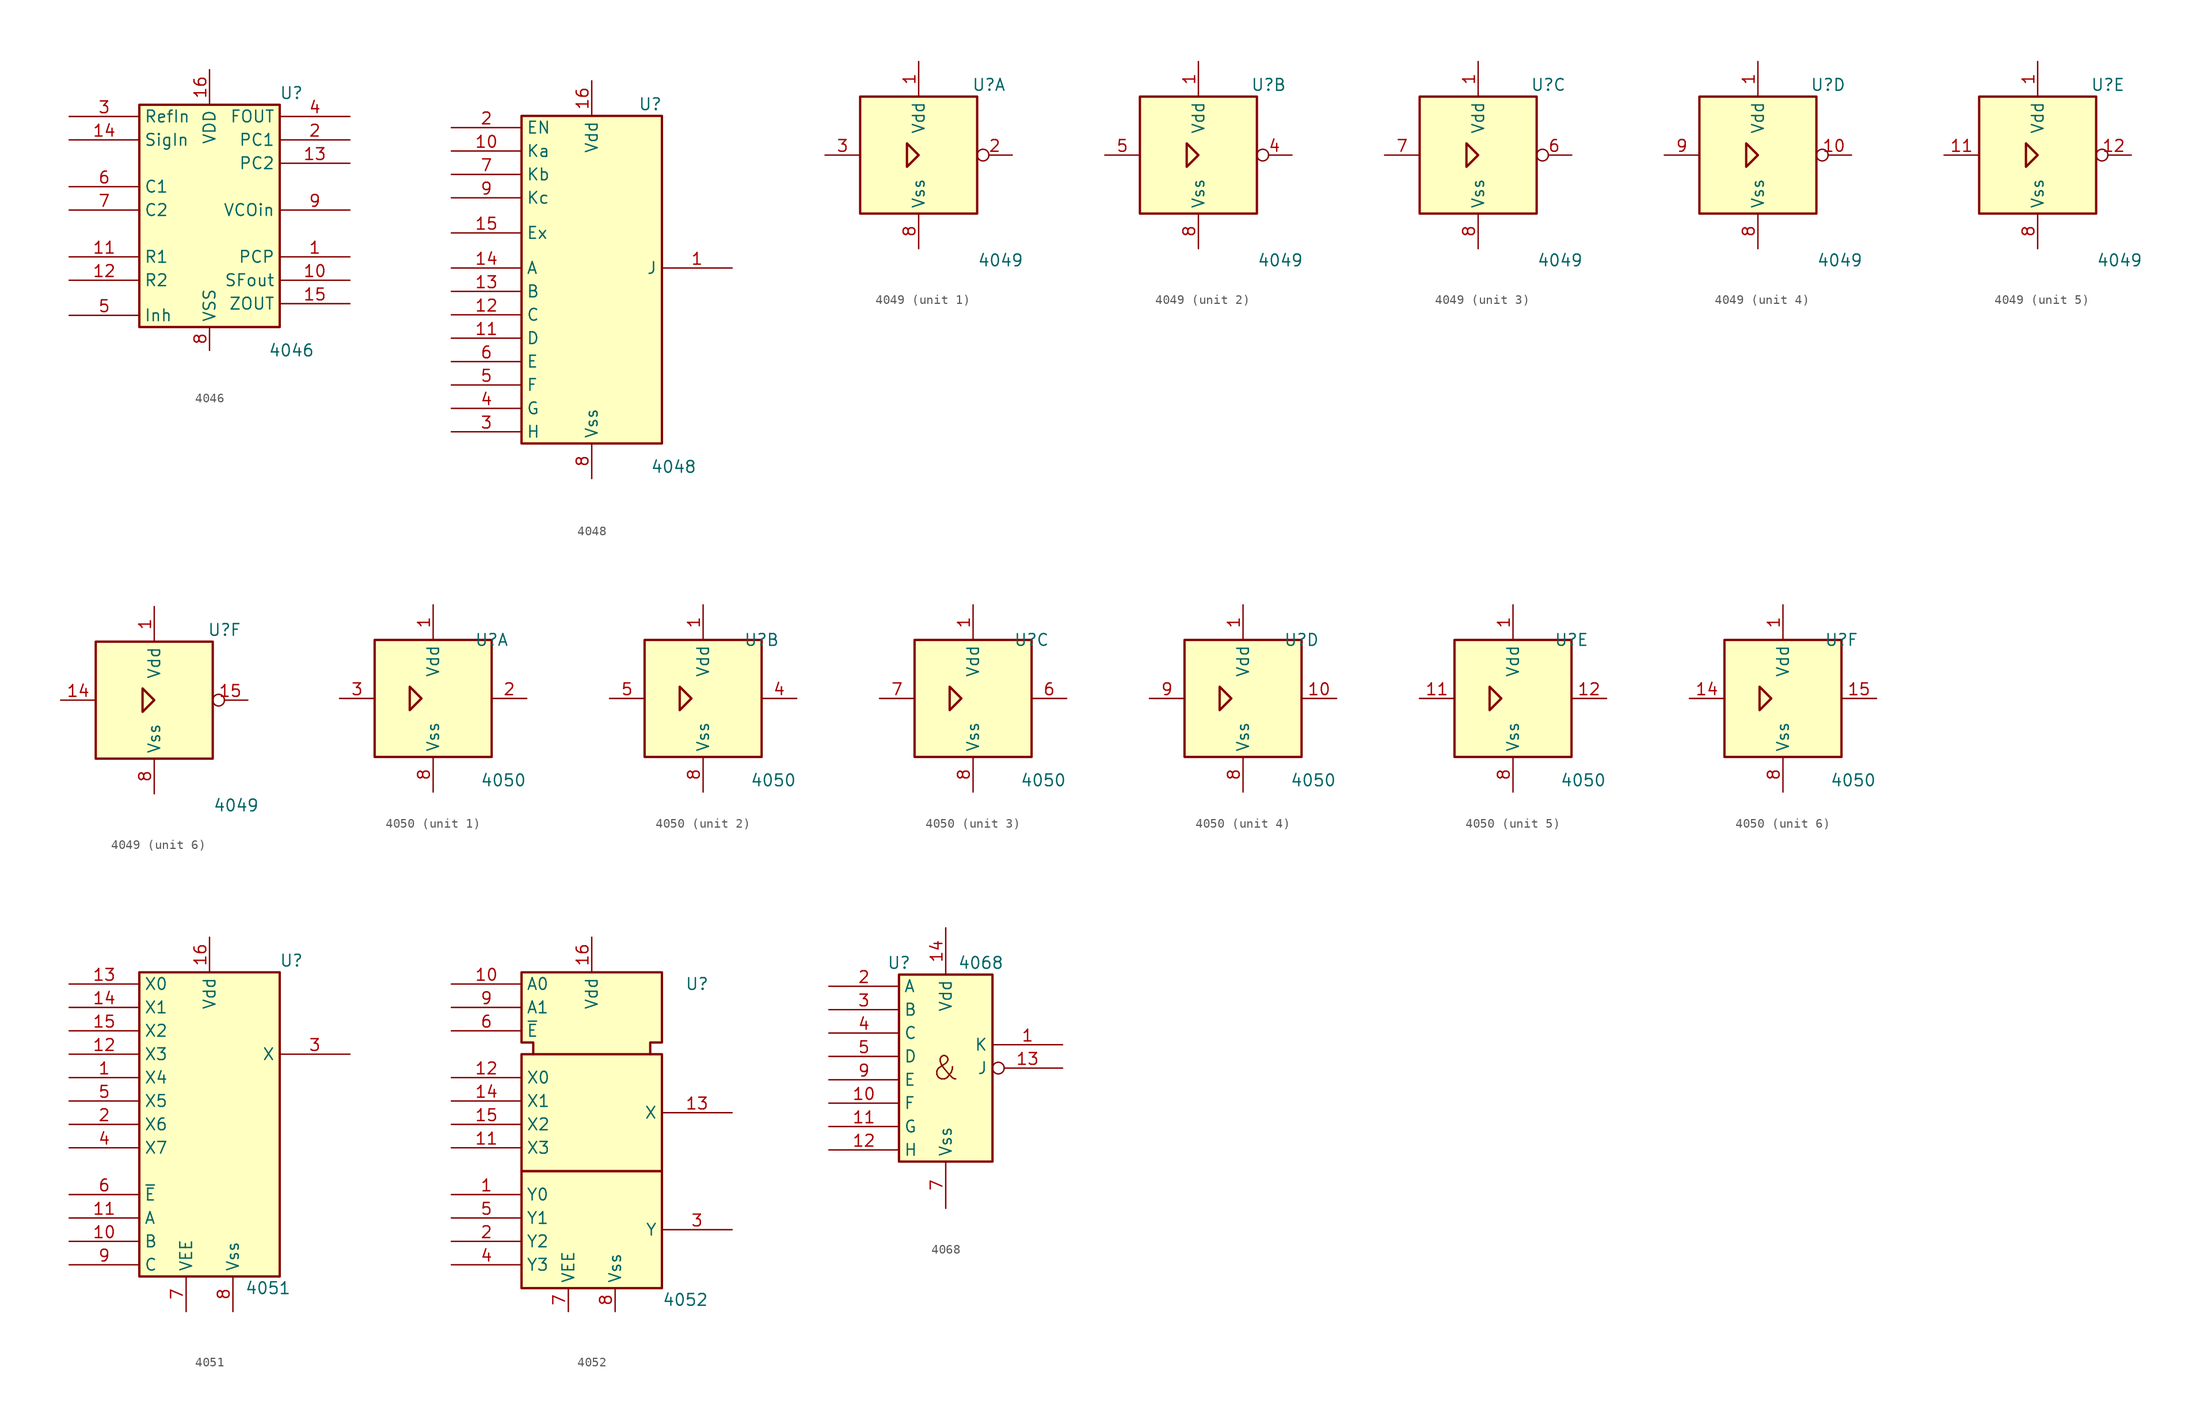
<source format=kicad_sym>
(kicad_symbol_lib
  (version 20220914)
  (generator kicad_symbol_editor)
  (symbol "4046"
    (property "Reference" "U"
      (at 8.89 12.7 0)
      (effects (font (size 1.27 1.27))))
    (property "Value" "4046"
      (at 8.89 -15.24 0)
      (effects (font (size 1.27 1.27))))
    (symbol "4046_0_1"
      (rectangle (start -7.62 11.43) (end 7.62 -12.7) (stroke (width 0.254) (type default)) (fill (type background)))
      (pin power_in line (at 0 15.24 270) (length 3.81) (name "VDD" (effects (font (size 1.27 1.27)))) (number "16" (effects (font (size 1.27 1.27)))))
      (pin power_in line (at 0 -15.24 90) (length 2.54) (name "VSS" (effects (font (size 1.27 1.27)))) (number "8" (effects (font (size 1.27 1.27))))))
    (symbol "4046_1_1"
      (pin output line (at 15.24 -5.08 180) (length 7.62) (name "PCP" (effects (font (size 1.27 1.27)))) (number "1" (effects (font (size 1.27 1.27)))))
      (pin output line (at 15.24 -7.62 180) (length 7.62) (name "SFout" (effects (font (size 1.27 1.27)))) (number "10" (effects (font (size 1.27 1.27)))))
      (pin input line (at -15.24 -5.08 0) (length 7.62) (name "R1" (effects (font (size 1.27 1.27)))) (number "11" (effects (font (size 1.27 1.27)))))
      (pin input line (at -15.24 -7.62 0) (length 7.62) (name "R2" (effects (font (size 1.27 1.27)))) (number "12" (effects (font (size 1.27 1.27)))))
      (pin tri_state line (at 15.24 5.08 180) (length 7.62) (name "PC2" (effects (font (size 1.27 1.27)))) (number "13" (effects (font (size 1.27 1.27)))))
      (pin input line (at -15.24 7.62 0) (length 7.62) (name "SigIn" (effects (font (size 1.27 1.27)))) (number "14" (effects (font (size 1.27 1.27)))))
      (pin output line (at 15.24 -10.16 180) (length 7.62) (name "ZOUT" (effects (font (size 1.27 1.27)))) (number "15" (effects (font (size 1.27 1.27)))))
      (pin output line (at 15.24 7.62 180) (length 7.62) (name "PC1" (effects (font (size 1.27 1.27)))) (number "2" (effects (font (size 1.27 1.27)))))
      (pin input line (at -15.24 10.16 0) (length 7.62) (name "RefIn" (effects (font (size 1.27 1.27)))) (number "3" (effects (font (size 1.27 1.27)))))
      (pin output line (at 15.24 10.16 180) (length 7.62) (name "FOUT" (effects (font (size 1.27 1.27)))) (number "4" (effects (font (size 1.27 1.27)))))
      (pin input line (at -15.24 -11.43 0) (length 7.62) (name "Inh" (effects (font (size 1.27 1.27)))) (number "5" (effects (font (size 1.27 1.27)))))
      (pin input line (at -15.24 2.54 0) (length 7.62) (name "C1" (effects (font (size 1.27 1.27)))) (number "6" (effects (font (size 1.27 1.27)))))
      (pin input line (at -15.24 0 0) (length 7.62) (name "C2" (effects (font (size 1.27 1.27)))) (number "7" (effects (font (size 1.27 1.27)))))
      (pin input line (at 15.24 0 180) (length 7.62) (name "VCOin" (effects (font (size 1.27 1.27)))) (number "9" (effects (font (size 1.27 1.27)))))))
  (symbol "4048"
    (property "Reference" "U"
      (at 6.35 17.78 0)
      (effects (font (size 1.27 1.27))))
    (property "Value" "4048"
      (at 8.89 -21.59 0)
      (effects (font (size 1.27 1.27))))
    (symbol "4048_0_1"
      (rectangle (start -7.62 16.51) (end 7.62 -19.05) (stroke (width 0.254) (type default)) (fill (type background))))
    (symbol "4048_1_1"
      (pin output line (at 15.24 0 180) (length 7.62) (name "J" (effects (font (size 1.27 1.27)))) (number "1" (effects (font (size 1.27 1.27)))))
      (pin input line (at -15.24 12.7 0) (length 7.62) (name "Ka" (effects (font (size 1.27 1.27)))) (number "10" (effects (font (size 1.27 1.27)))))
      (pin input line (at -15.24 -7.62 0) (length 7.62) (name "D" (effects (font (size 1.27 1.27)))) (number "11" (effects (font (size 1.27 1.27)))))
      (pin input line (at -15.24 -5.08 0) (length 7.62) (name "C" (effects (font (size 1.27 1.27)))) (number "12" (effects (font (size 1.27 1.27)))))
      (pin input line (at -15.24 -2.54 0) (length 7.62) (name "B" (effects (font (size 1.27 1.27)))) (number "13" (effects (font (size 1.27 1.27)))))
      (pin input line (at -15.24 0 0) (length 7.62) (name "A" (effects (font (size 1.27 1.27)))) (number "14" (effects (font (size 1.27 1.27)))))
      (pin input line (at -15.24 3.81 0) (length 7.62) (name "Ex" (effects (font (size 1.27 1.27)))) (number "15" (effects (font (size 1.27 1.27)))))
      (pin power_in line (at 0 20.32 270) (length 3.81) (name "Vdd" (effects (font (size 1.27 1.27)))) (number "16" (effects (font (size 1.27 1.27)))))
      (pin input line (at -15.24 15.24 0) (length 7.62) (name "EN" (effects (font (size 1.27 1.27)))) (number "2" (effects (font (size 1.27 1.27)))))
      (pin input line (at -15.24 -17.78 0) (length 7.62) (name "H" (effects (font (size 1.27 1.27)))) (number "3" (effects (font (size 1.27 1.27)))))
      (pin input line (at -15.24 -15.24 0) (length 7.62) (name "G" (effects (font (size 1.27 1.27)))) (number "4" (effects (font (size 1.27 1.27)))))
      (pin input line (at -15.24 -12.7 0) (length 7.62) (name "F" (effects (font (size 1.27 1.27)))) (number "5" (effects (font (size 1.27 1.27)))))
      (pin input line (at -15.24 -10.16 0) (length 7.62) (name "E" (effects (font (size 1.27 1.27)))) (number "6" (effects (font (size 1.27 1.27)))))
      (pin input line (at -15.24 10.16 0) (length 7.62) (name "Kb" (effects (font (size 1.27 1.27)))) (number "7" (effects (font (size 1.27 1.27)))))
      (pin power_in line (at 0 -22.86 90) (length 3.81) (name "Vss" (effects (font (size 1.27 1.27)))) (number "8" (effects (font (size 1.27 1.27)))))
      (pin input line (at -15.24 7.62 0) (length 7.62) (name "Kc" (effects (font (size 1.27 1.27)))) (number "9" (effects (font (size 1.27 1.27)))))))
  (symbol "4049"
    (property "Reference" "U"
      (at 7.62 7.62 0)
      (effects (font (size 1.27 1.27))))
    (property "Value" "4049"
      (at 8.89 -11.43 0)
      (effects (font (size 1.27 1.27))))
    (symbol "4049_0_0"
      (polyline (pts (xy -1.27 1.27) (xy -1.27 -1.27) (xy 0 0) (xy -1.27 1.27) (xy -1.27 1.27)) (stroke (width 0.254) (type default)) (fill (type background)))
      (pin power_in line (at 0 10.16 270) (length 3.81) (name "Vdd" (effects (font (size 1.27 1.27)))) (number "1" (effects (font (size 1.27 1.27)))))
      (pin power_in line (at 0 -10.16 90) (length 3.81) (name "Vss" (effects (font (size 1.27 1.27)))) (number "8" (effects (font (size 1.27 1.27))))))
    (symbol "4049_0_1"
      (rectangle (start -6.35 6.35) (end 6.35 -6.35) (stroke (width 0.254) (type default)) (fill (type background))))
    (symbol "4049_1_1"
      (pin output inverted (at 10.16 0 180) (length 3.81) (name "~" (effects (font (size 1.27 1.27)))) (number "2" (effects (font (size 1.27 1.27)))))
      (pin input line (at -10.16 0 0) (length 3.81) (name "~" (effects (font (size 1.27 1.27)))) (number "3" (effects (font (size 1.27 1.27))))))
    (symbol "4049_2_1"
      (pin output inverted (at 10.16 0 180) (length 3.81) (name "~" (effects (font (size 1.27 1.27)))) (number "4" (effects (font (size 1.27 1.27)))))
      (pin input line (at -10.16 0 0) (length 3.81) (name "~" (effects (font (size 1.27 1.27)))) (number "5" (effects (font (size 1.27 1.27))))))
    (symbol "4049_3_1"
      (pin output inverted (at 10.16 0 180) (length 3.81) (name "~" (effects (font (size 1.27 1.27)))) (number "6" (effects (font (size 1.27 1.27)))))
      (pin input line (at -10.16 0 0) (length 3.81) (name "~" (effects (font (size 1.27 1.27)))) (number "7" (effects (font (size 1.27 1.27))))))
    (symbol "4049_4_1"
      (pin output inverted (at 10.16 0 180) (length 3.81) (name "~" (effects (font (size 1.27 1.27)))) (number "10" (effects (font (size 1.27 1.27)))))
      (pin input line (at -10.16 0 0) (length 3.81) (name "~" (effects (font (size 1.27 1.27)))) (number "9" (effects (font (size 1.27 1.27))))))
    (symbol "4049_5_1"
      (pin input line (at -10.16 0 0) (length 3.81) (name "~" (effects (font (size 1.27 1.27)))) (number "11" (effects (font (size 1.27 1.27)))))
      (pin output inverted (at 10.16 0 180) (length 3.81) (name "~" (effects (font (size 1.27 1.27)))) (number "12" (effects (font (size 1.27 1.27))))))
    (symbol "4049_6_1"
      (pin input line (at -10.16 0 0) (length 3.81) (name "~" (effects (font (size 1.27 1.27)))) (number "14" (effects (font (size 1.27 1.27)))))
      (pin output inverted (at 10.16 0 180) (length 3.81) (name "~" (effects (font (size 1.27 1.27)))) (number "15" (effects (font (size 1.27 1.27)))))))
  (symbol "4050"
    (property "Reference" "U"
      (at 6.35 6.35 0)
      (effects (font (size 1.27 1.27))))
    (property "Value" "4050"
      (at 7.62 -8.89 0)
      (effects (font (size 1.27 1.27))))
    (symbol "4050_0_0"
      (polyline (pts (xy -2.54 1.27) (xy -2.54 -1.27) (xy -1.27 0) (xy -2.54 1.27) (xy -2.54 1.27)) (stroke (width 0.254) (type default)) (fill (type background)))
      (pin power_in line (at 0 10.16 270) (length 3.81) (name "Vdd" (effects (font (size 1.27 1.27)))) (number "1" (effects (font (size 1.27 1.27)))))
      (pin power_in line (at 0 -10.16 90) (length 3.81) (name "Vss" (effects (font (size 1.27 1.27)))) (number "8" (effects (font (size 1.27 1.27))))))
    (symbol "4050_0_1"
      (rectangle (start -6.35 6.35) (end 6.35 -6.35) (stroke (width 0.254) (type default)) (fill (type background))))
    (symbol "4050_1_1"
      (pin output line (at 10.16 0 180) (length 3.81) (name "~" (effects (font (size 1.27 1.27)))) (number "2" (effects (font (size 1.27 1.27)))))
      (pin input line (at -10.16 0 0) (length 3.81) (name "~" (effects (font (size 1.27 1.27)))) (number "3" (effects (font (size 1.27 1.27))))))
    (symbol "4050_2_1"
      (pin output line (at 10.16 0 180) (length 3.81) (name "~" (effects (font (size 1.27 1.27)))) (number "4" (effects (font (size 1.27 1.27)))))
      (pin input line (at -10.16 0 0) (length 3.81) (name "~" (effects (font (size 1.27 1.27)))) (number "5" (effects (font (size 1.27 1.27))))))
    (symbol "4050_3_1"
      (pin output line (at 10.16 0 180) (length 3.81) (name "~" (effects (font (size 1.27 1.27)))) (number "6" (effects (font (size 1.27 1.27)))))
      (pin input line (at -10.16 0 0) (length 3.81) (name "~" (effects (font (size 1.27 1.27)))) (number "7" (effects (font (size 1.27 1.27))))))
    (symbol "4050_4_1"
      (pin output line (at 10.16 0 180) (length 3.81) (name "~" (effects (font (size 1.27 1.27)))) (number "10" (effects (font (size 1.27 1.27)))))
      (pin input line (at -10.16 0 0) (length 3.81) (name "~" (effects (font (size 1.27 1.27)))) (number "9" (effects (font (size 1.27 1.27))))))
    (symbol "4050_5_1"
      (pin input line (at -10.16 0 0) (length 3.81) (name "~" (effects (font (size 1.27 1.27)))) (number "11" (effects (font (size 1.27 1.27)))))
      (pin output line (at 10.16 0 180) (length 3.81) (name "~" (effects (font (size 1.27 1.27)))) (number "12" (effects (font (size 1.27 1.27))))))
    (symbol "4050_6_1"
      (pin input line (at -10.16 0 0) (length 3.81) (name "~" (effects (font (size 1.27 1.27)))) (number "14" (effects (font (size 1.27 1.27)))))
      (pin output line (at 10.16 0 180) (length 3.81) (name "~" (effects (font (size 1.27 1.27)))) (number "15" (effects (font (size 1.27 1.27)))))))
  (symbol "4051"
    (property "Reference" "U"
      (at 8.89 17.78 0)
      (effects (font (size 1.27 1.27))))
    (property "Value" "4051"
      (at 6.35 -17.78 0)
      (effects (font (size 1.27 1.27))))
    (symbol "4051_0_0"
      (pin power_in line (at 0 20.32 270) (length 3.81) (name "Vdd" (effects (font (size 1.27 1.27)))) (number "16" (effects (font (size 1.27 1.27)))))
      (pin power_in line (at 2.54 -20.32 90) (length 3.81) (name "Vss" (effects (font (size 1.27 1.27)))) (number "8" (effects (font (size 1.27 1.27))))))
    (symbol "4051_0_1"
      (rectangle (start -7.62 16.51) (end 7.62 -16.51) (stroke (width 0.254) (type default)) (fill (type background))))
    (symbol "4051_1_1"
      (pin passive line (at -15.24 5.08 0) (length 7.62) (name "X4" (effects (font (size 1.27 1.27)))) (number "1" (effects (font (size 1.27 1.27)))))
      (pin input line (at -15.24 -12.7 0) (length 7.62) (name "B" (effects (font (size 1.27 1.27)))) (number "10" (effects (font (size 1.27 1.27)))))
      (pin input line (at -15.24 -10.16 0) (length 7.62) (name "A" (effects (font (size 1.27 1.27)))) (number "11" (effects (font (size 1.27 1.27)))))
      (pin passive line (at -15.24 7.62 0) (length 7.62) (name "X3" (effects (font (size 1.27 1.27)))) (number "12" (effects (font (size 1.27 1.27)))))
      (pin passive line (at -15.24 15.24 0) (length 7.62) (name "X0" (effects (font (size 1.27 1.27)))) (number "13" (effects (font (size 1.27 1.27)))))
      (pin passive line (at -15.24 12.7 0) (length 7.62) (name "X1" (effects (font (size 1.27 1.27)))) (number "14" (effects (font (size 1.27 1.27)))))
      (pin passive line (at -15.24 10.16 0) (length 7.62) (name "X2" (effects (font (size 1.27 1.27)))) (number "15" (effects (font (size 1.27 1.27)))))
      (pin passive line (at -15.24 0 0) (length 7.62) (name "X6" (effects (font (size 1.27 1.27)))) (number "2" (effects (font (size 1.27 1.27)))))
      (pin passive line (at 15.24 7.62 180) (length 7.62) (name "X" (effects (font (size 1.27 1.27)))) (number "3" (effects (font (size 1.27 1.27)))))
      (pin passive line (at -15.24 -2.54 0) (length 7.62) (name "X7" (effects (font (size 1.27 1.27)))) (number "4" (effects (font (size 1.27 1.27)))))
      (pin passive line (at -15.24 2.54 0) (length 7.62) (name "X5" (effects (font (size 1.27 1.27)))) (number "5" (effects (font (size 1.27 1.27)))))
      (pin input line (at -15.24 -7.62 0) (length 7.62) (name "~{E}" (effects (font (size 1.27 1.27)))) (number "6" (effects (font (size 1.27 1.27)))))
      (pin power_in line (at -2.54 -20.32 90) (length 3.81) (name "VEE" (effects (font (size 1.27 1.27)))) (number "7" (effects (font (size 1.27 1.27)))))
      (pin input line (at -15.24 -15.24 0) (length 7.62) (name "C" (effects (font (size 1.27 1.27)))) (number "9" (effects (font (size 1.27 1.27)))))))
  (symbol "4052"
    (property "Reference" "U"
      (at 11.43 15.24 0)
      (effects (font (size 1.27 1.27))))
    (property "Value" "4052"
      (at 10.16 -19.05 0)
      (effects (font (size 1.27 1.27))))
    (symbol "4052_0_0"
      (pin power_in line (at 0 20.32 270) (length 3.81) (name "Vdd" (effects (font (size 1.27 1.27)))) (number "16" (effects (font (size 1.27 1.27)))))
      (pin power_in line (at 2.54 -20.32 90) (length 2.54) (name "Vss" (effects (font (size 1.27 1.27)))) (number "8" (effects (font (size 1.27 1.27))))))
    (symbol "4052_0_1"
      (rectangle (start -7.62 -5.08) (end 7.62 -17.78) (stroke (width 0.254) (type default)) (fill (type background)))
      (rectangle (start -7.62 7.62) (end 7.62 -5.08) (stroke (width 0.254) (type default)) (fill (type background)))
      (polyline (pts (xy -6.35 7.62) (xy -6.35 8.89) (xy -7.62 8.89) (xy -7.62 16.51) (xy 7.62 16.51) (xy 7.62 8.89) (xy 6.35 8.89) (xy 6.35 7.62) (xy 6.35 7.62)) (stroke (width 0.254) (type default)) (fill (type background))))
    (symbol "4052_1_1"
      (pin passive line (at -15.24 -7.62 0) (length 7.62) (name "Y0" (effects (font (size 1.27 1.27)))) (number "1" (effects (font (size 1.27 1.27)))))
      (pin input line (at -15.24 15.24 0) (length 7.62) (name "A0" (effects (font (size 1.27 1.27)))) (number "10" (effects (font (size 1.27 1.27)))))
      (pin passive line (at -15.24 -2.54 0) (length 7.62) (name "X3" (effects (font (size 1.27 1.27)))) (number "11" (effects (font (size 1.27 1.27)))))
      (pin passive line (at -15.24 5.08 0) (length 7.62) (name "X0" (effects (font (size 1.27 1.27)))) (number "12" (effects (font (size 1.27 1.27)))))
      (pin passive line (at 15.24 1.27 180) (length 7.62) (name "X" (effects (font (size 1.27 1.27)))) (number "13" (effects (font (size 1.27 1.27)))))
      (pin passive line (at -15.24 2.54 0) (length 7.62) (name "X1" (effects (font (size 1.27 1.27)))) (number "14" (effects (font (size 1.27 1.27)))))
      (pin passive line (at -15.24 0 0) (length 7.62) (name "X2" (effects (font (size 1.27 1.27)))) (number "15" (effects (font (size 1.27 1.27)))))
      (pin passive line (at -15.24 -12.7 0) (length 7.62) (name "Y2" (effects (font (size 1.27 1.27)))) (number "2" (effects (font (size 1.27 1.27)))))
      (pin passive line (at 15.24 -11.43 180) (length 7.62) (name "Y" (effects (font (size 1.27 1.27)))) (number "3" (effects (font (size 1.27 1.27)))))
      (pin passive line (at -15.24 -15.24 0) (length 7.62) (name "Y3" (effects (font (size 1.27 1.27)))) (number "4" (effects (font (size 1.27 1.27)))))
      (pin passive line (at -15.24 -10.16 0) (length 7.62) (name "Y1" (effects (font (size 1.27 1.27)))) (number "5" (effects (font (size 1.27 1.27)))))
      (pin input line (at -15.24 10.16 0) (length 7.62) (name "~{E}" (effects (font (size 1.27 1.27)))) (number "6" (effects (font (size 1.27 1.27)))))
      (pin power_in line (at -2.54 -20.32 90) (length 2.54) (name "VEE" (effects (font (size 1.27 1.27)))) (number "7" (effects (font (size 1.27 1.27)))))
      (pin input line (at -15.24 12.7 0) (length 7.62) (name "A1" (effects (font (size 1.27 1.27)))) (number "9" (effects (font (size 1.27 1.27)))))))
  (symbol "4068"
    (property "Reference" "U"
      (at -5.08 11.43 0)
      (effects (font (size 1.27 1.27))))
    (property "Value" "4068"
      (at 3.81 11.43 0)
      (effects (font (size 1.27 1.27))))
    (symbol "4068_0_0"
      (rectangle (start -5.08 10.16) (end 5.08 -10.16) (stroke (width 0.254) (type default)) (fill (type background)))
      (text "&" (at 0 0 0) (effects (font (size 2.54 2.54)))))
    (symbol "4068_0_1"
      (pin power_in line (at 0 15.24 270) (length 5.08) (name "Vdd" (effects (font (size 1.27 1.27)))) (number "14" (effects (font (size 1.27 1.27)))))
      (pin power_in line (at 0 -15.24 90) (length 5.08) (name "Vss" (effects (font (size 1.27 1.27)))) (number "7" (effects (font (size 1.27 1.27))))))
    (symbol "4068_1_1"
      (pin output line (at 12.7 2.54 180) (length 7.62) (name "K" (effects (font (size 1.27 1.27)))) (number "1" (effects (font (size 1.27 1.27)))))
      (pin input line (at -12.7 -3.81 0) (length 7.62) (name "F" (effects (font (size 1.27 1.27)))) (number "10" (effects (font (size 1.27 1.27)))))
      (pin input line (at -12.7 -6.35 0) (length 7.62) (name "G" (effects (font (size 1.27 1.27)))) (number "11" (effects (font (size 1.27 1.27)))))
      (pin input line (at -12.7 -8.89 0) (length 7.62) (name "H" (effects (font (size 1.27 1.27)))) (number "12" (effects (font (size 1.27 1.27)))))
      (pin output inverted (at 12.7 0 180) (length 7.62) (name "J" (effects (font (size 1.27 1.27)))) (number "13" (effects (font (size 1.27 1.27)))))
      (pin input line (at -12.7 8.89 0) (length 7.62) (name "A" (effects (font (size 1.27 1.27)))) (number "2" (effects (font (size 1.27 1.27)))))
      (pin input line (at -12.7 6.35 0) (length 7.62) (name "B" (effects (font (size 1.27 1.27)))) (number "3" (effects (font (size 1.27 1.27)))))
      (pin input line (at -12.7 3.81 0) (length 7.62) (name "C" (effects (font (size 1.27 1.27)))) (number "4" (effects (font (size 1.27 1.27)))))
      (pin input line (at -12.7 1.27 0) (length 7.62) (name "D" (effects (font (size 1.27 1.27)))) (number "5" (effects (font (size 1.27 1.27)))))
      (pin input line (at -12.7 -1.27 0) (length 7.62) (name "E" (effects (font (size 1.27 1.27)))) (number "9" (effects (font (size 1.27 1.27))))))))
</source>
